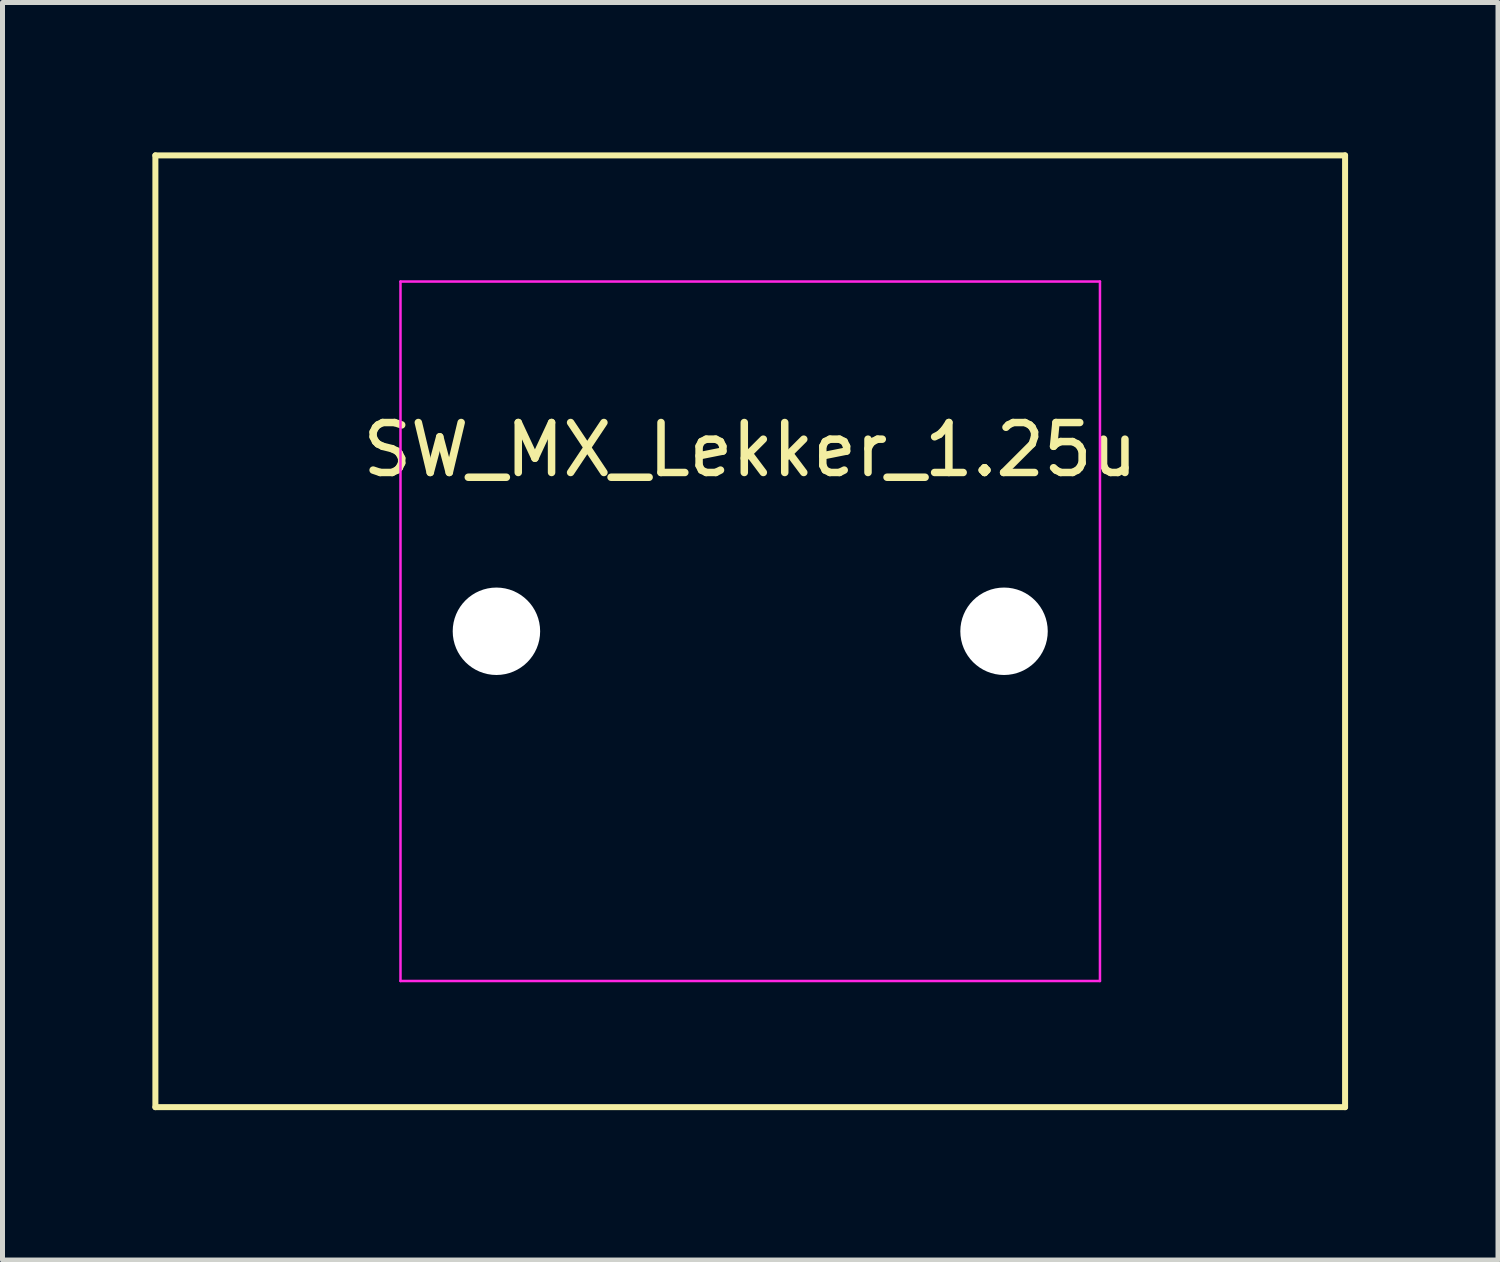
<source format=kicad_pcb>
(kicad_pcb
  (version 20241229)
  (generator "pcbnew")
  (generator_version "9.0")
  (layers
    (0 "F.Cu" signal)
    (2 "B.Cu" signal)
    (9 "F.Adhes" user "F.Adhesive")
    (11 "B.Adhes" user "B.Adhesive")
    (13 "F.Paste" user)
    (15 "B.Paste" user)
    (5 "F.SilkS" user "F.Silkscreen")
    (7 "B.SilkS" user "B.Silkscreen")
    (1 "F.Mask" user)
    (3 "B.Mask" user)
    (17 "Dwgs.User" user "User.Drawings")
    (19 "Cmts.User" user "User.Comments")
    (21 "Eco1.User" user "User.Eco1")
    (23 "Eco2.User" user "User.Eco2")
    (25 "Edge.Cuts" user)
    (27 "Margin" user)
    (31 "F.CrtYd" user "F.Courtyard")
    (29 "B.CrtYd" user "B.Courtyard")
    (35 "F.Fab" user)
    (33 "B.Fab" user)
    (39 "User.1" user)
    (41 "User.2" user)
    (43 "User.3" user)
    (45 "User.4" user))
  (footprint "SW_MX_Lekker_1.25u"
    (layer "F.Cu")
    (at 11.966 9.585)
    (property "Reference" "SW_MX_Lekker_1.25u" (at 0 -3.048 0) (layer "F.SilkS") (effects (font (size 1 1) (thickness 0.15)) (justify bottom)))
    (attr smd exclude_from_pos_files exclude_from_bom)
    (fp_line (start -11.906 -9.525) (end -11.906 9.525) (stroke (width 0.12) (type solid)) (layer "F.SilkS"))
    (fp_line (start -11.906 9.525) (end 11.906 9.525) (stroke (width 0.12) (type solid)) (layer "F.SilkS"))
    (fp_line (start 11.906 -9.525) (end -11.906 -9.525) (stroke (width 0.12) (type solid)) (layer "F.SilkS"))
    (fp_line (start 11.906 9.525) (end 11.906 -9.525) (stroke (width 0.12) (type solid)) (layer "F.SilkS"))
    (fp_line (start -7 6.5) (end -7 -6.5) (stroke (width 0.05) (type solid)) (layer "Eco2.User"))
    (fp_line (start -6.5 -7) (end 6.5 -7) (stroke (width 0.05) (type solid)) (layer "Eco2.User"))
    (fp_line (start 6.5 7) (end -6.5 7) (stroke (width 0.05) (type solid)) (layer "Eco2.User"))
    (fp_line (start 7 -6.5) (end 7 6.5) (stroke (width 0.05) (type solid)) (layer "Eco2.User"))
    (fp_arc (start -7 -6.5) (mid -6.853553 -6.853553) (end -6.5 -7) (stroke (width 0.05) (type solid)) (layer "Eco2.User"))
    (fp_arc (start -6.5 7) (mid -6.853553 6.853553) (end -7 6.5) (stroke (width 0.05) (type solid)) (layer "Eco2.User"))
    (fp_arc (start 6.5 -7) (mid 6.853553 -6.853553) (end 7 -6.5) (stroke (width 0.05) (type solid)) (layer "Eco2.User"))
    (fp_arc (start 6.997236 6.498884) (mid 6.850789 6.852437) (end 6.497236 6.998884) (stroke (width 0.05) (type solid)) (layer "Eco2.User"))
    (fp_line (start -7 -7) (end -7 7) (stroke (width 0.05) (type solid)) (layer "F.CrtYd"))
    (fp_line (start -7 7) (end 7 7) (stroke (width 0.05) (type solid)) (layer "F.CrtYd"))
    (fp_line (start 7 -7) (end -7 -7) (stroke (width 0.05) (type solid)) (layer "F.CrtYd"))
    (fp_line (start 7 7) (end 7 -7) (stroke (width 0.05) (type solid)) (layer "F.CrtYd"))
    (pad "" np_thru_hole circle (at -5.08 0) (size 1.75 1.75) (drill 1.75) (layers "*.Cu" "*.Mask"))
    (pad "" np_thru_hole circle (at 5.08 0) (size 1.75 1.75) (drill 1.75) (layers "*.Cu" "*.Mask"))
    (zone (net_name "") (layer "F.Cu") (hatch edge 0.5) (connect_pads) (min_thickness 0.25) (filled_areas_thickness no) (keepout (tracks not_allowed) (vias not_allowed) (pads not_allowed) (copperpour not_allowed) (footprints allowed)) (placement (enabled no)) (fill) (polygon (pts (xy 9.426 8.315) (xy 10.696 7.045) (xy 13.236 7.045) (xy 14.506 8.315) (xy 14.506 10.855) (xy 13.236 12.125) (xy 10.696 12.125) (xy 9.426 10.855)))))
  (gr_rect
    (start -3 -3)
    (end 26.933 22.17)
    (stroke (width 0.1) (type default))
    (fill no)
    (layer "Edge.Cuts")))
</source>
